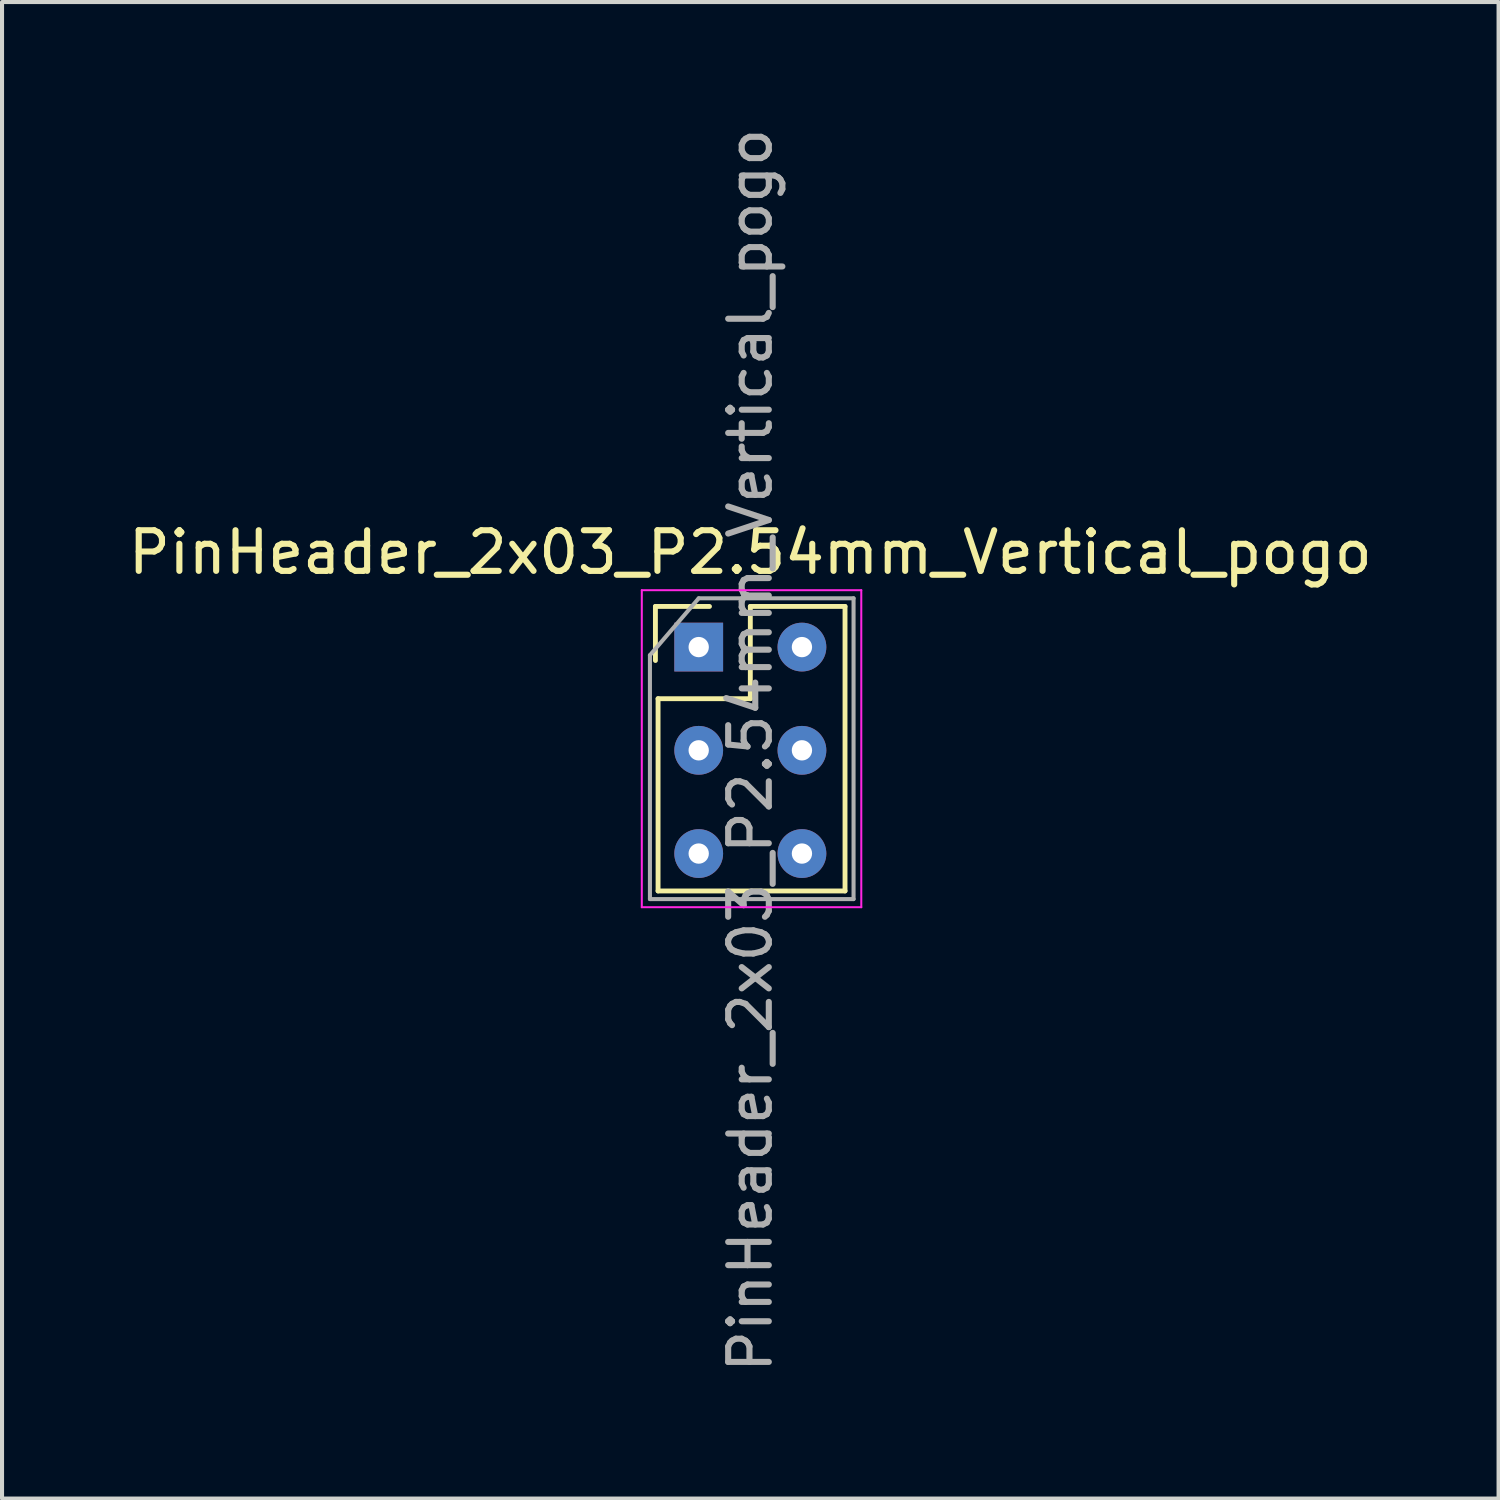
<source format=kicad_pcb>
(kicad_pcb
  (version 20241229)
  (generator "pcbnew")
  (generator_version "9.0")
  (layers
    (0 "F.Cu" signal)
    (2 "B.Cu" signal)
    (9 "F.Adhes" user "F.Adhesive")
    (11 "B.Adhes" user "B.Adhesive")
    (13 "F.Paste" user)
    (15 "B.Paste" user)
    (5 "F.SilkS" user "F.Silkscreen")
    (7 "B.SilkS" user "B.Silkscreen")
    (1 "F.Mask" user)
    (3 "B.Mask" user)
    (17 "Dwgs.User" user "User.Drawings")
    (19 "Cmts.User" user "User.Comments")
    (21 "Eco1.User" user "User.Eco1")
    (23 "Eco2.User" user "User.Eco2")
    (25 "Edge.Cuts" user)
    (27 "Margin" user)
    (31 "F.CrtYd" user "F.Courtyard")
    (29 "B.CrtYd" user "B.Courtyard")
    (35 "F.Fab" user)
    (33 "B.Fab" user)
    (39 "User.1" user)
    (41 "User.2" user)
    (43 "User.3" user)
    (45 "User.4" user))
  (footprint "PinHeader_2x03_P2.54mm_Vertical_pogo"
    (layer "F.Cu")
    (at 14.141 12.871)
    (property "Reference" "PinHeader_2x03_P2.54mm_Vertical_pogo" (at 1.27 -2.33 0) (layer "F.SilkS") (effects (font (size 1 1) (thickness 0.15))))
    (attr through_hole)
    (fp_line (start -1.065 -1) (end 0.265 -1) (stroke (width 0.12) (type solid)) (layer "F.SilkS"))
    (fp_line (start -1.065 0.33) (end -1.065 -1) (stroke (width 0.12) (type solid)) (layer "F.SilkS"))
    (fp_line (start -1 1.27) (end -1 6) (stroke (width 0.12) (type solid)) (layer "F.SilkS"))
    (fp_line (start -1 1.27) (end 1.27 1.27) (stroke (width 0.12) (type solid)) (layer "F.SilkS"))
    (fp_line (start -1 6) (end 3.6 6) (stroke (width 0.12) (type solid)) (layer "F.SilkS"))
    (fp_line (start 1.27 -1) (end 3.6 -1) (stroke (width 0.12) (type solid)) (layer "F.SilkS"))
    (fp_line (start 1.27 1.27) (end 1.27 -1) (stroke (width 0.12) (type solid)) (layer "F.SilkS"))
    (fp_line (start 3.6 -1) (end 3.6 6) (stroke (width 0.12) (type solid)) (layer "F.SilkS"))
    (fp_line (start -1.4 -1.4) (end -1.4 6.4) (stroke (width 0.05) (type solid)) (layer "F.CrtYd"))
    (fp_line (start -1.4 6.4) (end 4 6.4) (stroke (width 0.05) (type solid)) (layer "F.CrtYd"))
    (fp_line (start 4 -1.4) (end -1.4 -1.4) (stroke (width 0.05) (type solid)) (layer "F.CrtYd"))
    (fp_line (start 4 6.4) (end 4 -1.4) (stroke (width 0.05) (type solid)) (layer "F.CrtYd"))
    (fp_line (start -1.2 0.2) (end 0 -1.2) (stroke (width 0.1) (type solid)) (layer "F.Fab"))
    (fp_line (start -1.2 6.2) (end -1.2 0.2) (stroke (width 0.1) (type solid)) (layer "F.Fab"))
    (fp_line (start 0 -1.2) (end 3.81 -1.2) (stroke (width 0.1) (type solid)) (layer "F.Fab"))
    (fp_line (start 3.81 -1.2) (end 3.81 6.2) (stroke (width 0.1) (type solid)) (layer "F.Fab"))
    (fp_line (start 3.81 6.2) (end -1.2 6.2) (stroke (width 0.1) (type solid)) (layer "F.Fab"))
    (fp_text user "${REFERENCE}" (at 1.27 2.54 90) (layer "F.Fab") (effects (font (size 1 1) (thickness 0.15))))
    (pad "1" thru_hole rect (at 0 0) (size 1.2 1.2) (drill 0.5) (layers "*.Cu" "*.Mask"))
    (pad "2" thru_hole oval (at 2.54 0) (size 1.2 1.2) (drill 0.5) (layers "*.Cu" "*.Mask"))
    (pad "3" thru_hole oval (at 0 2.54) (size 1.2 1.2) (drill 0.5) (layers "*.Cu" "*.Mask"))
    (pad "4" thru_hole oval (at 2.54 2.54) (size 1.2 1.2) (drill 0.5) (layers "*.Cu" "*.Mask"))
    (pad "5" thru_hole oval (at 0 5.08) (size 1.2 1.2) (drill 0.5) (layers "*.Cu" "*.Mask"))
    (pad "6" thru_hole oval (at 2.54 5.08) (size 1.2 1.2) (drill 0.5) (layers "*.Cu" "*.Mask")))
  (gr_rect
    (start -3 -3)
    (end 33.821 33.821)
    (stroke (width 0.1) (type default))
    (fill no)
    (layer "Edge.Cuts")))
</source>
